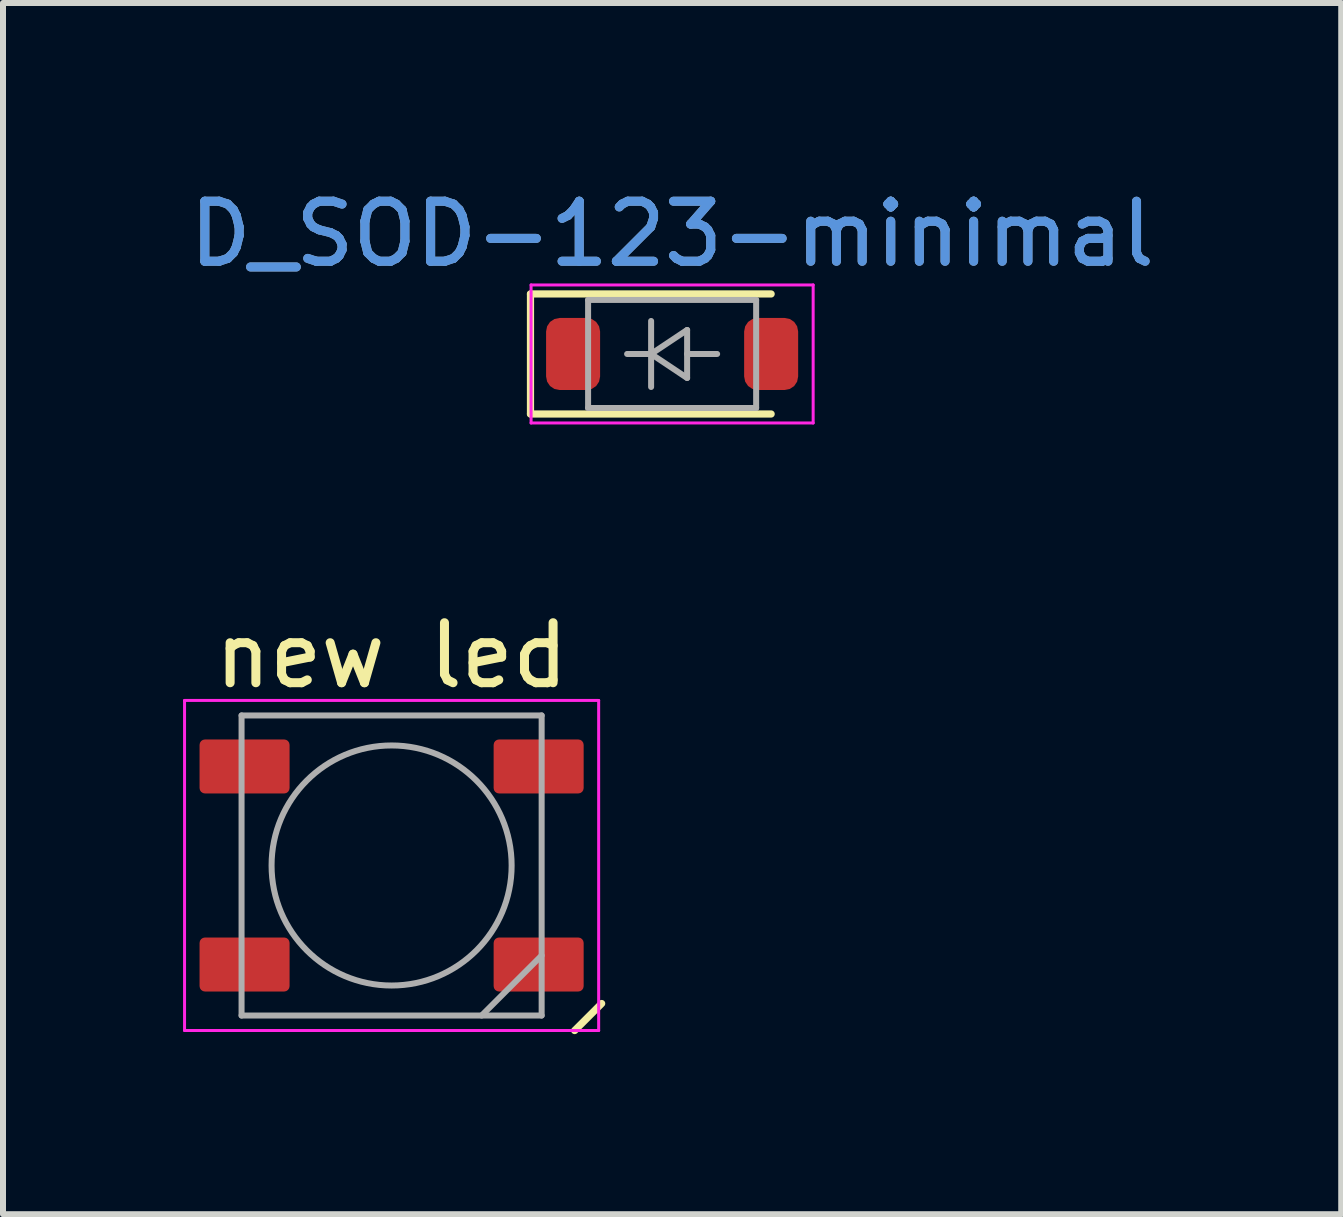
<source format=kicad_pcb>
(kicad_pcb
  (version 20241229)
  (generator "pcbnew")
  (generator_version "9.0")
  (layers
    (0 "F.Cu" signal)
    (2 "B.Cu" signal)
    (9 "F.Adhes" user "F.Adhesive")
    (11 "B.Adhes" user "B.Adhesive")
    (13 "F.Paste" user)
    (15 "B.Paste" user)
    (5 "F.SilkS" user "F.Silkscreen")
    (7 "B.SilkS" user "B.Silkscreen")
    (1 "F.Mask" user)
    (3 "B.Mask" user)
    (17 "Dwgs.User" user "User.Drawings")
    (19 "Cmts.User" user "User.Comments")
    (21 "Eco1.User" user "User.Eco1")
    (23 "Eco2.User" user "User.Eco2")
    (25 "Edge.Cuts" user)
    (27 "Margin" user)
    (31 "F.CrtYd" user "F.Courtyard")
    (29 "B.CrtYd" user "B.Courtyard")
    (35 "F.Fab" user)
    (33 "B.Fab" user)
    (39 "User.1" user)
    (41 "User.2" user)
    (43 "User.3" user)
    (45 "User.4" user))
  (footprint "new led"
    (layer "F.Cu")
    (at 3.475 11.371)
    (property "Reference" "new led" (at 0 -3.5 0) (layer "F.SilkS") (effects (font (size 1 1) (thickness 0.15))))
    (attr smd)
    (fp_line (start 3.05 2.75) (end 3.5 2.3) (stroke (width 0.12) (type default)) (layer "F.SilkS"))
    (fp_line (start -3.45 -2.75) (end -3.45 2.75) (stroke (width 0.05) (type solid)) (layer "F.CrtYd"))
    (fp_line (start -3.45 2.75) (end 3.45 2.75) (stroke (width 0.05) (type solid)) (layer "F.CrtYd"))
    (fp_line (start 3.45 -2.75) (end -3.45 -2.75) (stroke (width 0.05) (type solid)) (layer "F.CrtYd"))
    (fp_line (start 3.45 2.75) (end 3.45 -2.75) (stroke (width 0.05) (type solid)) (layer "F.CrtYd"))
    (fp_line (start -2.5 -2.5) (end -2.5 2.5) (stroke (width 0.1) (type solid)) (layer "F.Fab"))
    (fp_line (start -2.5 2.5) (end 2.5 2.5) (stroke (width 0.1) (type solid)) (layer "F.Fab"))
    (fp_line (start 2.5 -2.5) (end -2.5 -2.5) (stroke (width 0.1) (type solid)) (layer "F.Fab"))
    (fp_line (start 2.5 1.5) (end 1.5 2.5) (stroke (width 0.1) (type solid)) (layer "F.Fab"))
    (fp_line (start 2.5 2.5) (end 2.5 -2.5) (stroke (width 0.1) (type solid)) (layer "F.Fab"))
    (fp_circle (center 0 0) (end 0 -2) (stroke (width 0.1) (type solid)) (fill no) (layer "F.Fab"))
    (pad "1" smd roundrect (at -2.45 -1.65) (size 1.5 0.9) (layers "F.Cu" "F.Mask" "F.Paste") (roundrect_rratio 0.1))
    (pad "2" smd roundrect (at -2.45 1.65) (size 1.5 0.9) (layers "F.Cu" "F.Mask" "F.Paste") (roundrect_rratio 0.1))
    (pad "3" smd roundrect (at 2.45 1.65) (size 1.5 0.9) (layers "F.Cu" "F.Mask" "F.Paste") (roundrect_rratio 0.1))
    (pad "4" smd roundrect (at 2.45 -1.65) (size 1.5 0.9) (layers "F.Cu" "F.Mask" "F.Paste") (roundrect_rratio 0.1)))
  (footprint "D_SOD-123-minimal"
    (layer "F.Cu")
    (at 8.149 2.848)
    (property "Reference" "D_SOD-123-minimal" (at 0 -2 0) (layer "Cmts.User") (effects (font (size 1 1) (thickness 0.15))))
    (attr smd)
    (fp_line (start -2.36 -1) (end -2.36 1) (stroke (width 0.12) (type solid)) (layer "F.SilkS"))
    (fp_line (start -2.36 -1) (end 1.65 -1) (stroke (width 0.12) (type solid)) (layer "F.SilkS"))
    (fp_line (start -2.36 1) (end 1.65 1) (stroke (width 0.12) (type solid)) (layer "F.SilkS"))
    (fp_line (start -2.35 -1.15) (end -2.35 1.15) (stroke (width 0.05) (type solid)) (layer "F.CrtYd"))
    (fp_line (start -2.35 -1.15) (end 2.35 -1.15) (stroke (width 0.05) (type solid)) (layer "F.CrtYd"))
    (fp_line (start 2.35 -1.15) (end 2.35 1.15) (stroke (width 0.05) (type solid)) (layer "F.CrtYd"))
    (fp_line (start 2.35 1.15) (end -2.35 1.15) (stroke (width 0.05) (type solid)) (layer "F.CrtYd"))
    (fp_line (start -1.4 -0.9) (end 1.4 -0.9) (stroke (width 0.1) (type solid)) (layer "F.Fab"))
    (fp_line (start -1.4 0.9) (end -1.4 -0.9) (stroke (width 0.1) (type solid)) (layer "F.Fab"))
    (fp_line (start -0.75 0) (end -0.35 0) (stroke (width 0.1) (type solid)) (layer "F.Fab"))
    (fp_line (start -0.35 0) (end -0.35 -0.55) (stroke (width 0.1) (type solid)) (layer "F.Fab"))
    (fp_line (start -0.35 0) (end -0.35 0.55) (stroke (width 0.1) (type solid)) (layer "F.Fab"))
    (fp_line (start -0.35 0) (end 0.25 -0.4) (stroke (width 0.1) (type solid)) (layer "F.Fab"))
    (fp_line (start 0.25 -0.4) (end 0.25 0.4) (stroke (width 0.1) (type solid)) (layer "F.Fab"))
    (fp_line (start 0.25 0) (end 0.75 0) (stroke (width 0.1) (type solid)) (layer "F.Fab"))
    (fp_line (start 0.25 0.4) (end -0.35 0) (stroke (width 0.1) (type solid)) (layer "F.Fab"))
    (fp_line (start 1.4 -0.9) (end 1.4 0.9) (stroke (width 0.1) (type solid)) (layer "F.Fab"))
    (fp_line (start 1.4 0.9) (end -1.4 0.9) (stroke (width 0.1) (type solid)) (layer "F.Fab"))
    (fp_text user "${REFERENCE}" (at 0 -2 0) (layer "F.Fab") (effects (font (size 1 1) (thickness 0.15))))
    (pad "1" smd roundrect (at -1.65 0) (size 0.9 1.2) (layers "F.Cu" "F.Mask" "F.Paste") (roundrect_rratio 0.25))
    (pad "2" smd roundrect (at 1.65 0) (size 0.9 1.2) (layers "F.Cu" "F.Mask" "F.Paste") (roundrect_rratio 0.25)))
  (gr_rect
    (start -3 -3)
    (end 19.298 17.181)
    (stroke (width 0.1) (type default))
    (fill no)
    (layer "Edge.Cuts")))
</source>
